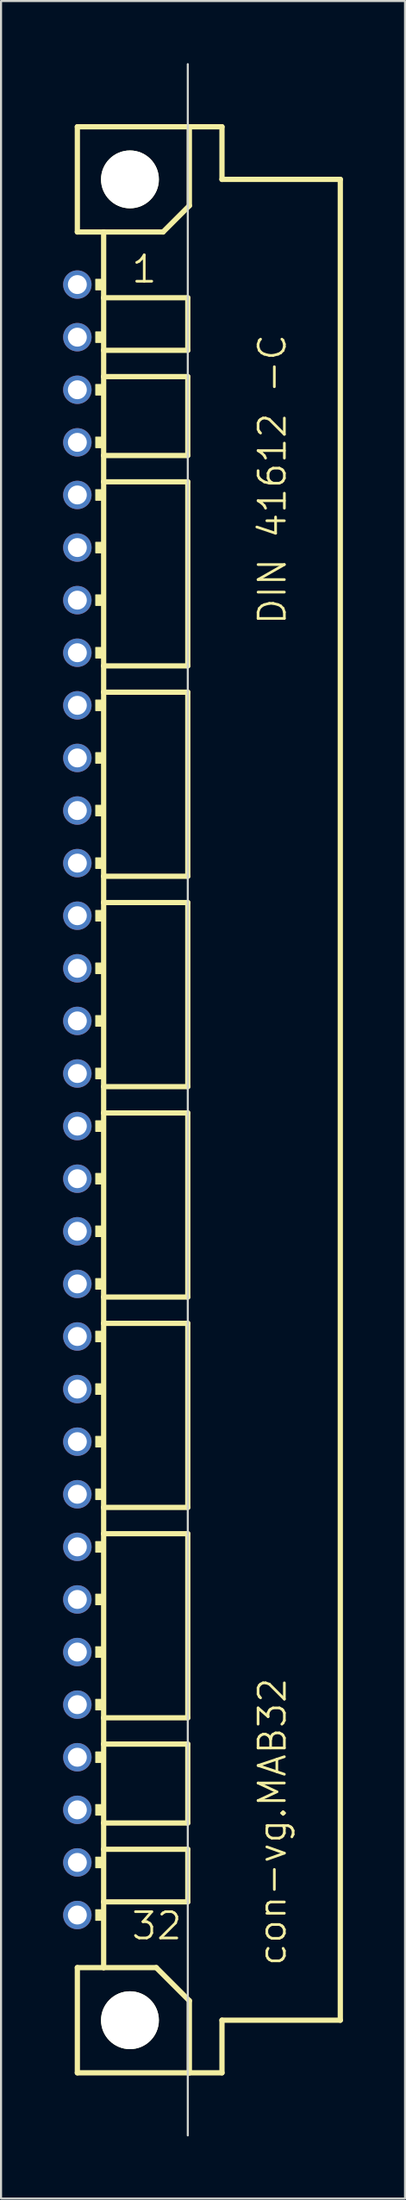
<source format=kicad_pcb>
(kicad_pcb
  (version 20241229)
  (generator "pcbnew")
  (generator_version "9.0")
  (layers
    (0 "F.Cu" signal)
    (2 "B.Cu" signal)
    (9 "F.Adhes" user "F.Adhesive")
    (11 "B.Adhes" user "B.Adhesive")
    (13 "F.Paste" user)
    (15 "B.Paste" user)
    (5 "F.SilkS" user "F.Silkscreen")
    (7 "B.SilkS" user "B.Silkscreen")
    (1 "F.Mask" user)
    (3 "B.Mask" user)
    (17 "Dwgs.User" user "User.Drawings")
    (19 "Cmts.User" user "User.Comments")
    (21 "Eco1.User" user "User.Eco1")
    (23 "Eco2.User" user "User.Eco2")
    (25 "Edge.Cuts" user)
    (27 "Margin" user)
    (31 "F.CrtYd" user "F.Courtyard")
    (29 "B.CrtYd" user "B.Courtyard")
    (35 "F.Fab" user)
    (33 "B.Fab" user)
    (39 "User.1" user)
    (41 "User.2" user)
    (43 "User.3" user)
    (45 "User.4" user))
  (footprint "con-vg.MAB32"
    (layer "F.Cu")
    (at 3.226 50.063)
    (property "Reference" "con-vg.MAB32" (at 7.62 41.91 90) (layer "F.SilkS") (effects (font (size 1.27 1.27) (thickness 0.13)) (justify left bottom)))
    (attr through_hole)
    (fp_line (start -2.54 -46.99) (end -2.54 -41.91) (stroke (width 0.254) (type default)) (layer "F.SilkS"))
    (fp_line (start -2.54 -41.91) (end -1.27 -41.91) (stroke (width 0.254) (type default)) (layer "F.SilkS"))
    (fp_line (start -2.54 41.91) (end -2.54 46.99) (stroke (width 0.254) (type default)) (layer "F.SilkS"))
    (fp_line (start -2.54 41.91) (end -1.27 41.91) (stroke (width 0.254) (type default)) (layer "F.SilkS"))
    (fp_line (start -2.54 46.99) (end 2.87 46.99) (stroke (width 0.254) (type default)) (layer "F.SilkS"))
    (fp_line (start -1.27 -41.91) (end -1.27 -38.735) (stroke (width 0.254) (type default)) (layer "F.SilkS"))
    (fp_line (start -1.27 -41.91) (end 1.6 -41.91) (stroke (width 0.254) (type default)) (layer "F.SilkS"))
    (fp_line (start -1.27 -38.735) (end -1.27 -36.195) (stroke (width 0.254) (type default)) (layer "F.SilkS"))
    (fp_line (start -1.27 -36.195) (end -1.27 -34.925) (stroke (width 0.254) (type default)) (layer "F.SilkS"))
    (fp_line (start -1.27 -34.925) (end -1.27 -31.115) (stroke (width 0.254) (type default)) (layer "F.SilkS"))
    (fp_line (start -1.27 -31.115) (end -1.27 -29.845) (stroke (width 0.254) (type default)) (layer "F.SilkS"))
    (fp_line (start -1.27 -29.845) (end -1.27 -20.955) (stroke (width 0.254) (type default)) (layer "F.SilkS"))
    (fp_line (start -1.27 -20.955) (end -1.27 -19.685) (stroke (width 0.254) (type default)) (layer "F.SilkS"))
    (fp_line (start -1.27 -19.685) (end -1.27 -10.795) (stroke (width 0.254) (type default)) (layer "F.SilkS"))
    (fp_line (start -1.27 -10.795) (end -1.27 -9.525) (stroke (width 0.254) (type default)) (layer "F.SilkS"))
    (fp_line (start -1.27 -9.525) (end -1.27 -0.635) (stroke (width 0.254) (type default)) (layer "F.SilkS"))
    (fp_line (start -1.27 -0.635) (end -1.27 0.635) (stroke (width 0.254) (type default)) (layer "F.SilkS"))
    (fp_line (start -1.27 0.635) (end -1.27 9.525) (stroke (width 0.254) (type default)) (layer "F.SilkS"))
    (fp_line (start -1.27 9.525) (end -1.27 10.795) (stroke (width 0.254) (type default)) (layer "F.SilkS"))
    (fp_line (start -1.27 10.795) (end -1.27 19.685) (stroke (width 0.254) (type default)) (layer "F.SilkS"))
    (fp_line (start -1.27 19.685) (end -1.27 20.955) (stroke (width 0.254) (type default)) (layer "F.SilkS"))
    (fp_line (start -1.27 20.955) (end -1.27 29.845) (stroke (width 0.254) (type default)) (layer "F.SilkS"))
    (fp_line (start -1.27 29.845) (end -1.27 31.115) (stroke (width 0.254) (type default)) (layer "F.SilkS"))
    (fp_line (start -1.27 31.115) (end -1.27 34.925) (stroke (width 0.254) (type default)) (layer "F.SilkS"))
    (fp_line (start -1.27 34.925) (end -1.27 36.195) (stroke (width 0.254) (type default)) (layer "F.SilkS"))
    (fp_line (start -1.27 36.195) (end -1.27 38.735) (stroke (width 0.254) (type default)) (layer "F.SilkS"))
    (fp_line (start -1.27 38.735) (end -1.27 41.91) (stroke (width 0.254) (type default)) (layer "F.SilkS"))
    (fp_line (start -1.27 41.91) (end 1.27 41.91) (stroke (width 0.254) (type default)) (layer "F.SilkS"))
    (fp_line (start 1.6 -41.91) (end 2.87 -43.18) (stroke (width 0.254) (type default)) (layer "F.SilkS"))
    (fp_line (start 2.794 -38.735) (end -1.27 -38.735) (stroke (width 0.254) (type default)) (layer "F.SilkS"))
    (fp_line (start 2.794 -38.735) (end 2.794 -36.195) (stroke (width 0.254) (type default)) (layer "F.SilkS"))
    (fp_line (start 2.794 -36.195) (end -1.27 -36.195) (stroke (width 0.254) (type default)) (layer "F.SilkS"))
    (fp_line (start 2.794 -34.925) (end -1.27 -34.925) (stroke (width 0.254) (type default)) (layer "F.SilkS"))
    (fp_line (start 2.794 -34.925) (end 2.794 -31.115) (stroke (width 0.254) (type default)) (layer "F.SilkS"))
    (fp_line (start 2.794 -31.115) (end -1.27 -31.115) (stroke (width 0.254) (type default)) (layer "F.SilkS"))
    (fp_line (start 2.794 -29.845) (end -1.27 -29.845) (stroke (width 0.254) (type default)) (layer "F.SilkS"))
    (fp_line (start 2.794 -29.845) (end 2.794 -20.955) (stroke (width 0.254) (type default)) (layer "F.SilkS"))
    (fp_line (start 2.794 -20.955) (end -1.27 -20.955) (stroke (width 0.254) (type default)) (layer "F.SilkS"))
    (fp_line (start 2.794 -19.685) (end -1.27 -19.685) (stroke (width 0.254) (type default)) (layer "F.SilkS"))
    (fp_line (start 2.794 -19.685) (end 2.794 -10.795) (stroke (width 0.254) (type default)) (layer "F.SilkS"))
    (fp_line (start 2.794 -10.795) (end -1.27 -10.795) (stroke (width 0.254) (type default)) (layer "F.SilkS"))
    (fp_line (start 2.794 -9.525) (end -1.27 -9.525) (stroke (width 0.254) (type default)) (layer "F.SilkS"))
    (fp_line (start 2.794 -9.525) (end 2.794 -0.635) (stroke (width 0.254) (type default)) (layer "F.SilkS"))
    (fp_line (start 2.794 -0.635) (end -1.27 -0.635) (stroke (width 0.254) (type default)) (layer "F.SilkS"))
    (fp_line (start 2.794 0.635) (end -1.27 0.635) (stroke (width 0.254) (type default)) (layer "F.SilkS"))
    (fp_line (start 2.794 0.635) (end 2.794 9.525) (stroke (width 0.254) (type default)) (layer "F.SilkS"))
    (fp_line (start 2.794 9.525) (end -1.27 9.525) (stroke (width 0.254) (type default)) (layer "F.SilkS"))
    (fp_line (start 2.794 10.795) (end -1.27 10.795) (stroke (width 0.254) (type default)) (layer "F.SilkS"))
    (fp_line (start 2.794 10.795) (end 2.794 19.685) (stroke (width 0.254) (type default)) (layer "F.SilkS"))
    (fp_line (start 2.794 19.685) (end -1.27 19.685) (stroke (width 0.254) (type default)) (layer "F.SilkS"))
    (fp_line (start 2.794 20.955) (end -1.27 20.955) (stroke (width 0.254) (type default)) (layer "F.SilkS"))
    (fp_line (start 2.794 20.955) (end 2.794 29.845) (stroke (width 0.254) (type default)) (layer "F.SilkS"))
    (fp_line (start 2.794 29.845) (end -1.27 29.845) (stroke (width 0.254) (type default)) (layer "F.SilkS"))
    (fp_line (start 2.794 31.115) (end -1.27 31.115) (stroke (width 0.254) (type default)) (layer "F.SilkS"))
    (fp_line (start 2.794 31.115) (end 2.794 34.925) (stroke (width 0.254) (type default)) (layer "F.SilkS"))
    (fp_line (start 2.794 34.925) (end -1.27 34.925) (stroke (width 0.254) (type default)) (layer "F.SilkS"))
    (fp_line (start 2.794 36.195) (end -1.27 36.195) (stroke (width 0.254) (type default)) (layer "F.SilkS"))
    (fp_line (start 2.794 36.195) (end 2.794 38.735) (stroke (width 0.254) (type default)) (layer "F.SilkS"))
    (fp_line (start 2.794 38.735) (end -1.27 38.735) (stroke (width 0.254) (type default)) (layer "F.SilkS"))
    (fp_line (start 2.87 -46.99) (end -2.54 -46.99) (stroke (width 0.254) (type default)) (layer "F.SilkS"))
    (fp_line (start 2.87 -43.18) (end 2.87 -46.99) (stroke (width 0.254) (type default)) (layer "F.SilkS"))
    (fp_line (start 2.87 43.51) (end 1.27 41.91) (stroke (width 0.254) (type default)) (layer "F.SilkS"))
    (fp_line (start 2.87 43.51) (end 2.87 46.99) (stroke (width 0.254) (type default)) (layer "F.SilkS"))
    (fp_line (start 2.87 46.99) (end 4.445 46.99) (stroke (width 0.254) (type default)) (layer "F.SilkS"))
    (fp_line (start 4.445 -46.99) (end 2.87 -46.99) (stroke (width 0.254) (type default)) (layer "F.SilkS"))
    (fp_line (start 4.445 -44.45) (end 4.445 -46.99) (stroke (width 0.254) (type default)) (layer "F.SilkS"))
    (fp_line (start 4.445 44.45) (end 10.16 44.45) (stroke (width 0.254) (type default)) (layer "F.SilkS"))
    (fp_line (start 4.445 46.99) (end 4.445 44.45) (stroke (width 0.254) (type default)) (layer "F.SilkS"))
    (fp_line (start 10.16 -44.45) (end 4.445 -44.45) (stroke (width 0.254) (type default)) (layer "F.SilkS"))
    (fp_line (start 10.16 44.45) (end 10.16 -44.45) (stroke (width 0.254) (type default)) (layer "F.SilkS"))
    (fp_rect (start -1.651 -39.116) (end -1.27 -39.624) (stroke (width 0.05) (type default)) (fill yes) (layer "F.SilkS"))
    (fp_rect (start -1.651 -36.576) (end -1.27 -37.084) (stroke (width 0.05) (type default)) (fill yes) (layer "F.SilkS"))
    (fp_rect (start -1.651 -34.036) (end -1.27 -34.544) (stroke (width 0.05) (type default)) (fill yes) (layer "F.SilkS"))
    (fp_rect (start -1.651 -31.496) (end -1.27 -32.004) (stroke (width 0.05) (type default)) (fill yes) (layer "F.SilkS"))
    (fp_rect (start -1.651 -28.956) (end -1.27 -29.464) (stroke (width 0.05) (type default)) (fill yes) (layer "F.SilkS"))
    (fp_rect (start -1.651 -26.416) (end -1.27 -26.924) (stroke (width 0.05) (type default)) (fill yes) (layer "F.SilkS"))
    (fp_rect (start -1.651 -23.876) (end -1.27 -24.384) (stroke (width 0.05) (type default)) (fill yes) (layer "F.SilkS"))
    (fp_rect (start -1.651 -21.336) (end -1.27 -21.844) (stroke (width 0.05) (type default)) (fill yes) (layer "F.SilkS"))
    (fp_rect (start -1.651 -18.796) (end -1.27 -19.304) (stroke (width 0.05) (type default)) (fill yes) (layer "F.SilkS"))
    (fp_rect (start -1.651 -16.256) (end -1.27 -16.764) (stroke (width 0.05) (type default)) (fill yes) (layer "F.SilkS"))
    (fp_rect (start -1.651 -13.716) (end -1.27 -14.224) (stroke (width 0.05) (type default)) (fill yes) (layer "F.SilkS"))
    (fp_rect (start -1.651 -11.176) (end -1.27 -11.684) (stroke (width 0.05) (type default)) (fill yes) (layer "F.SilkS"))
    (fp_rect (start -1.651 -8.636) (end -1.27 -9.144) (stroke (width 0.05) (type default)) (fill yes) (layer "F.SilkS"))
    (fp_rect (start -1.651 -6.096) (end -1.27 -6.604) (stroke (width 0.05) (type default)) (fill yes) (layer "F.SilkS"))
    (fp_rect (start -1.651 -3.556) (end -1.27 -4.064) (stroke (width 0.05) (type default)) (fill yes) (layer "F.SilkS"))
    (fp_rect (start -1.651 -1.016) (end -1.27 -1.524) (stroke (width 0.05) (type default)) (fill yes) (layer "F.SilkS"))
    (fp_rect (start -1.651 1.524) (end -1.27 1.016) (stroke (width 0.05) (type default)) (fill yes) (layer "F.SilkS"))
    (fp_rect (start -1.651 4.064) (end -1.27 3.556) (stroke (width 0.05) (type default)) (fill yes) (layer "F.SilkS"))
    (fp_rect (start -1.651 6.604) (end -1.27 6.096) (stroke (width 0.05) (type default)) (fill yes) (layer "F.SilkS"))
    (fp_rect (start -1.651 9.144) (end -1.27 8.636) (stroke (width 0.05) (type default)) (fill yes) (layer "F.SilkS"))
    (fp_rect (start -1.651 11.684) (end -1.27 11.176) (stroke (width 0.05) (type default)) (fill yes) (layer "F.SilkS"))
    (fp_rect (start -1.651 14.224) (end -1.27 13.716) (stroke (width 0.05) (type default)) (fill yes) (layer "F.SilkS"))
    (fp_rect (start -1.651 16.764) (end -1.27 16.256) (stroke (width 0.05) (type default)) (fill yes) (layer "F.SilkS"))
    (fp_rect (start -1.651 19.304) (end -1.27 18.796) (stroke (width 0.05) (type default)) (fill yes) (layer "F.SilkS"))
    (fp_rect (start -1.651 21.844) (end -1.27 21.336) (stroke (width 0.05) (type default)) (fill yes) (layer "F.SilkS"))
    (fp_rect (start -1.651 24.384) (end -1.27 23.876) (stroke (width 0.05) (type default)) (fill yes) (layer "F.SilkS"))
    (fp_rect (start -1.651 26.924) (end -1.27 26.416) (stroke (width 0.05) (type default)) (fill yes) (layer "F.SilkS"))
    (fp_rect (start -1.651 29.464) (end -1.27 28.956) (stroke (width 0.05) (type default)) (fill yes) (layer "F.SilkS"))
    (fp_rect (start -1.651 32.004) (end -1.27 31.496) (stroke (width 0.05) (type default)) (fill yes) (layer "F.SilkS"))
    (fp_rect (start -1.651 34.544) (end -1.27 34.036) (stroke (width 0.05) (type default)) (fill yes) (layer "F.SilkS"))
    (fp_rect (start -1.651 37.084) (end -1.27 36.576) (stroke (width 0.05) (type default)) (fill yes) (layer "F.SilkS"))
    (fp_rect (start -1.651 39.624) (end -1.27 39.116) (stroke (width 0.05) (type default)) (fill yes) (layer "F.SilkS"))
    (fp_circle (center 0 -44.45) (end 1.27 -44.45) (stroke (width 0.254) (type default)) (fill no) (layer "F.SilkS"))
    (fp_circle (center 0 44.45) (end 1.27 44.45) (stroke (width 0.254) (type default)) (fill no) (layer "F.SilkS"))
    (fp_line (start 2.794 50.013) (end 2.794 -50.013) (stroke (width 0.1) (type default)) (layer "Edge.Cuts"))
    (fp_text user "1" (at 0 -39.37 0) (layer "F.SilkS") (effects (font (size 1.27 1.27) (thickness 0.13)) (justify left bottom)))
    (fp_text user "DIN 41612 -C" (at 7.62 -22.86 90) (layer "F.SilkS") (effects (font (size 1.27 1.27) (thickness 0.13)) (justify left bottom)))
    (fp_text user "32" (at 0 40.64 0) (layer "F.SilkS") (effects (font (size 1.27 1.27) (thickness 0.13)) (justify left bottom)))
    (pad "" np_thru_hole circle (at 0 -44.45) (size 2.794 2.794) (drill 2.794) (layers "*.Cu" "*.Mask"))
    (pad "" np_thru_hole circle (at 0 44.45) (size 2.794 2.794) (drill 2.794) (layers "*.Cu" "*.Mask"))
    (pad "A1" thru_hole circle (at -2.54 -39.37) (size 1.372 1.372) (drill 0.914) (layers "*.Cu" "*.Mask"))
    (pad "A2" thru_hole circle (at -2.54 -36.83) (size 1.372 1.372) (drill 0.914) (layers "*.Cu" "*.Mask"))
    (pad "A3" thru_hole circle (at -2.54 -34.29) (size 1.372 1.372) (drill 0.914) (layers "*.Cu" "*.Mask"))
    (pad "A4" thru_hole circle (at -2.54 -31.75) (size 1.372 1.372) (drill 0.914) (layers "*.Cu" "*.Mask"))
    (pad "A5" thru_hole circle (at -2.54 -29.21) (size 1.372 1.372) (drill 0.914) (layers "*.Cu" "*.Mask"))
    (pad "A6" thru_hole circle (at -2.54 -26.67) (size 1.372 1.372) (drill 0.914) (layers "*.Cu" "*.Mask"))
    (pad "A7" thru_hole circle (at -2.54 -24.13) (size 1.372 1.372) (drill 0.914) (layers "*.Cu" "*.Mask"))
    (pad "A8" thru_hole circle (at -2.54 -21.59) (size 1.372 1.372) (drill 0.914) (layers "*.Cu" "*.Mask"))
    (pad "A9" thru_hole circle (at -2.54 -19.05) (size 1.372 1.372) (drill 0.914) (layers "*.Cu" "*.Mask"))
    (pad "A10" thru_hole circle (at -2.54 -16.51) (size 1.372 1.372) (drill 0.914) (layers "*.Cu" "*.Mask"))
    (pad "A11" thru_hole circle (at -2.54 -13.97) (size 1.372 1.372) (drill 0.914) (layers "*.Cu" "*.Mask"))
    (pad "A12" thru_hole circle (at -2.54 -11.43) (size 1.372 1.372) (drill 0.914) (layers "*.Cu" "*.Mask"))
    (pad "A13" thru_hole circle (at -2.54 -8.89) (size 1.372 1.372) (drill 0.914) (layers "*.Cu" "*.Mask"))
    (pad "A14" thru_hole circle (at -2.54 -6.35) (size 1.372 1.372) (drill 0.914) (layers "*.Cu" "*.Mask"))
    (pad "A15" thru_hole circle (at -2.54 -3.81) (size 1.372 1.372) (drill 0.914) (layers "*.Cu" "*.Mask"))
    (pad "A16" thru_hole circle (at -2.54 -1.27) (size 1.372 1.372) (drill 0.914) (layers "*.Cu" "*.Mask"))
    (pad "A17" thru_hole circle (at -2.54 1.27) (size 1.372 1.372) (drill 0.914) (layers "*.Cu" "*.Mask"))
    (pad "A18" thru_hole circle (at -2.54 3.81) (size 1.372 1.372) (drill 0.914) (layers "*.Cu" "*.Mask"))
    (pad "A19" thru_hole circle (at -2.54 6.35) (size 1.372 1.372) (drill 0.914) (layers "*.Cu" "*.Mask"))
    (pad "A20" thru_hole circle (at -2.54 8.89) (size 1.372 1.372) (drill 0.914) (layers "*.Cu" "*.Mask"))
    (pad "A21" thru_hole circle (at -2.54 11.43) (size 1.372 1.372) (drill 0.914) (layers "*.Cu" "*.Mask"))
    (pad "A22" thru_hole circle (at -2.54 13.97) (size 1.372 1.372) (drill 0.914) (layers "*.Cu" "*.Mask"))
    (pad "A23" thru_hole circle (at -2.54 16.51) (size 1.372 1.372) (drill 0.914) (layers "*.Cu" "*.Mask"))
    (pad "A24" thru_hole circle (at -2.54 19.05) (size 1.372 1.372) (drill 0.914) (layers "*.Cu" "*.Mask"))
    (pad "A25" thru_hole circle (at -2.54 21.59) (size 1.372 1.372) (drill 0.914) (layers "*.Cu" "*.Mask"))
    (pad "A26" thru_hole circle (at -2.54 24.13) (size 1.372 1.372) (drill 0.914) (layers "*.Cu" "*.Mask"))
    (pad "A27" thru_hole circle (at -2.54 26.67) (size 1.372 1.372) (drill 0.914) (layers "*.Cu" "*.Mask"))
    (pad "A28" thru_hole circle (at -2.54 29.21) (size 1.372 1.372) (drill 0.914) (layers "*.Cu" "*.Mask"))
    (pad "A29" thru_hole circle (at -2.54 31.75) (size 1.372 1.372) (drill 0.914) (layers "*.Cu" "*.Mask"))
    (pad "A30" thru_hole circle (at -2.54 34.29) (size 1.372 1.372) (drill 0.914) (layers "*.Cu" "*.Mask"))
    (pad "A31" thru_hole circle (at -2.54 36.83) (size 1.372 1.372) (drill 0.914) (layers "*.Cu" "*.Mask"))
    (pad "A32" thru_hole circle (at -2.54 39.37) (size 1.372 1.372) (drill 0.914) (layers "*.Cu" "*.Mask")))
  (gr_rect
    (start -3 -3)
    (end 16.513 103.125)
    (stroke (width 0.1) (type default))
    (fill no)
    (layer "Edge.Cuts")))
</source>
